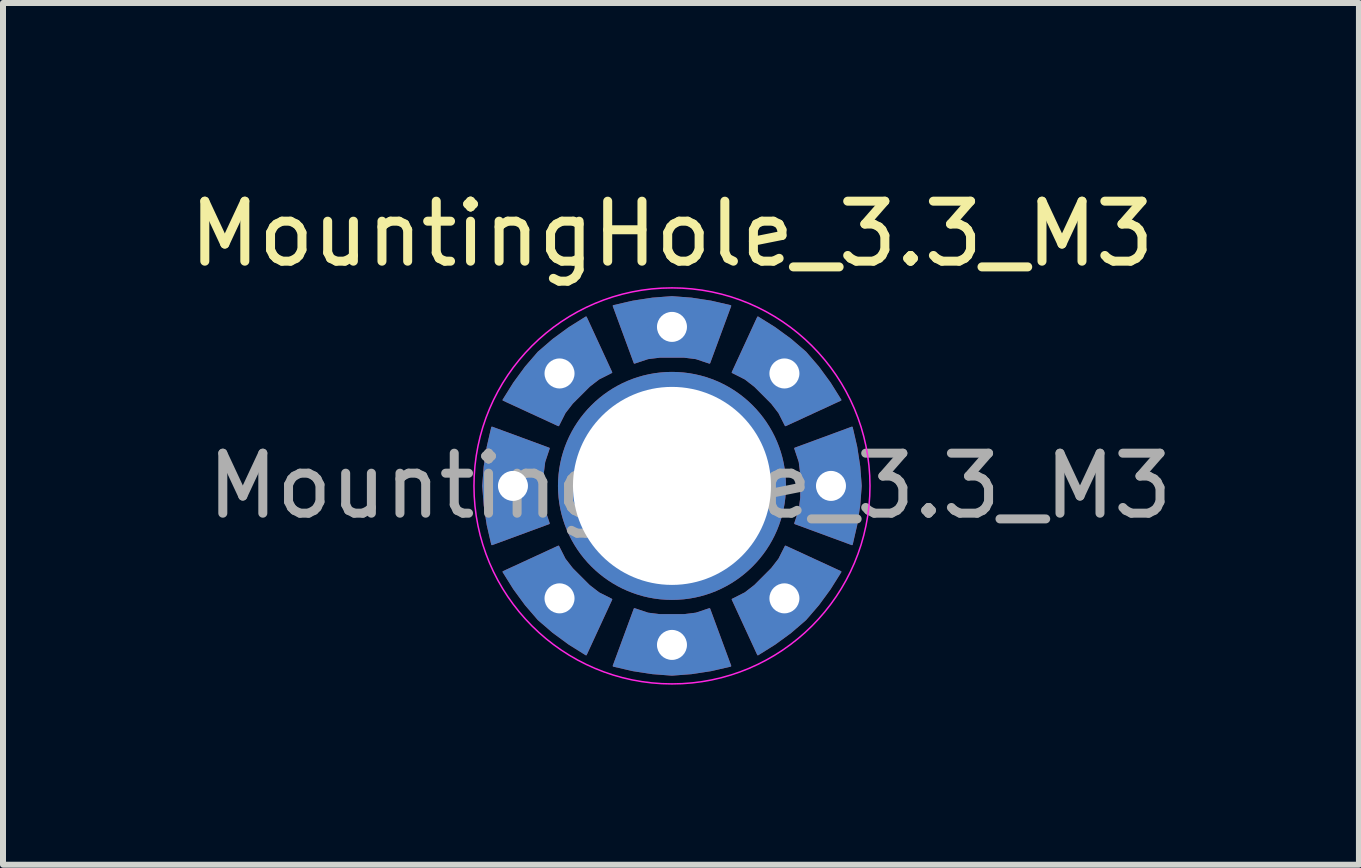
<source format=kicad_pcb>
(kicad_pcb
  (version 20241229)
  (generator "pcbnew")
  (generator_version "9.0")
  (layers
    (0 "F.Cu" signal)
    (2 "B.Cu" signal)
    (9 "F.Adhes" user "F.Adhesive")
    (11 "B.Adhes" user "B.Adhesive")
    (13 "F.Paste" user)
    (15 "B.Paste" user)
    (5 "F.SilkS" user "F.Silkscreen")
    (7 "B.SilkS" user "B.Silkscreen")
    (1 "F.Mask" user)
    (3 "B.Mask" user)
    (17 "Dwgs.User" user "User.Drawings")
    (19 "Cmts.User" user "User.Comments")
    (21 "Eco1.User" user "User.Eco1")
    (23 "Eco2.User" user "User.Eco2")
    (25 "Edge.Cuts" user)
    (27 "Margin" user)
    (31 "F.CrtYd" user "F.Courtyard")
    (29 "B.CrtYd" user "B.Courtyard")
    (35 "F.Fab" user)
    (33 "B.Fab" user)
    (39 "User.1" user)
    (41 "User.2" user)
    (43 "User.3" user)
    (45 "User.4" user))
  (footprint "MountingHole_3.3_M3"
    (layer "F.Cu")
    (at 8.149 5.048)
    (property "Reference" "MountingHole_3.3_M3" (at 0 -4.2 0) (layer "F.SilkS") (effects (font (size 1 1) (thickness 0.15))))
    (attr through_hole)
    (fp_poly (pts (xy -3 -0.975) (xy -3.075 -0.65) (xy -3.125 -0.325) (xy -3.15 0) (xy -3.125 0.325) (xy -3.075 0.65) (xy -3 0.975) (xy -2.05 0.625) (xy -2.125 0.4) (xy -2.15 0.2) (xy -2.15 -0.2) (xy -2.125 -0.4) (xy -2.05 -0.625)) (stroke (width 0.025) (type solid)) (fill yes) (layer "F.Cu"))
    (fp_poly (pts (xy -2.811 1.432) (xy -2.634 1.715) (xy -2.44 1.98) (xy -2.227 2.227) (xy -1.98 2.44) (xy -1.715 2.634) (xy -1.432 2.811) (xy -1.008 1.892) (xy -1.22 1.785) (xy -1.379 1.662) (xy -1.662 1.379) (xy -1.785 1.22) (xy -1.892 1.008)) (stroke (width 0.025) (type solid)) (fill yes) (layer "F.Cu"))
    (fp_poly (pts (xy -1.432 -2.811) (xy -1.715 -2.634) (xy -1.98 -2.44) (xy -2.227 -2.227) (xy -2.44 -1.98) (xy -2.634 -1.715) (xy -2.811 -1.432) (xy -1.892 -1.008) (xy -1.785 -1.22) (xy -1.662 -1.379) (xy -1.379 -1.662) (xy -1.22 -1.785) (xy -1.008 -1.892)) (stroke (width 0.025) (type solid)) (fill yes) (layer "F.Cu"))
    (fp_poly (pts (xy -0.975 3) (xy -0.65 3.075) (xy -0.325 3.125) (xy 0 3.15) (xy 0.325 3.125) (xy 0.65 3.075) (xy 0.975 3) (xy 0.625 2.05) (xy 0.4 2.125) (xy 0.2 2.15) (xy -0.2 2.15) (xy -0.4 2.125) (xy -0.625 2.05)) (stroke (width 0.025) (type solid)) (fill yes) (layer "F.Cu"))
    (fp_poly (pts (xy 0.975 -3) (xy 0.65 -3.075) (xy 0.325 -3.125) (xy 0 -3.15) (xy -0.325 -3.125) (xy -0.65 -3.075) (xy -0.975 -3) (xy -0.625 -2.05) (xy -0.4 -2.125) (xy -0.2 -2.15) (xy 0.2 -2.15) (xy 0.4 -2.125) (xy 0.625 -2.05)) (stroke (width 0.025) (type solid)) (fill yes) (layer "F.Cu"))
    (fp_poly (pts (xy 1.432 2.811) (xy 1.715 2.634) (xy 1.98 2.44) (xy 2.227 2.227) (xy 2.44 1.98) (xy 2.634 1.715) (xy 2.811 1.432) (xy 1.892 1.008) (xy 1.785 1.22) (xy 1.662 1.379) (xy 1.379 1.662) (xy 1.22 1.785) (xy 1.008 1.892)) (stroke (width 0.025) (type solid)) (fill yes) (layer "F.Cu"))
    (fp_poly (pts (xy 2.811 -1.432) (xy 2.634 -1.715) (xy 2.44 -1.98) (xy 2.227 -2.227) (xy 1.98 -2.44) (xy 1.715 -2.634) (xy 1.432 -2.811) (xy 1.008 -1.892) (xy 1.22 -1.785) (xy 1.379 -1.662) (xy 1.662 -1.379) (xy 1.785 -1.22) (xy 1.892 -1.008)) (stroke (width 0.025) (type solid)) (fill yes) (layer "F.Cu"))
    (fp_poly (pts (xy 3 0.975) (xy 3.075 0.65) (xy 3.125 0.325) (xy 3.15 0) (xy 3.125 -0.325) (xy 3.075 -0.65) (xy 3 -0.975) (xy 2.05 -0.625) (xy 2.125 -0.4) (xy 2.15 -0.2) (xy 2.15 0.2) (xy 2.125 0.4) (xy 2.05 0.625)) (stroke (width 0.025) (type solid)) (fill yes) (layer "F.Cu"))
    (fp_poly (pts (xy -3 -0.975) (xy -3.075 -0.65) (xy -3.125 -0.325) (xy -3.15 0) (xy -3.125 0.325) (xy -3.075 0.65) (xy -3 0.975) (xy -2.05 0.625) (xy -2.125 0.4) (xy -2.15 0.2) (xy -2.15 -0.2) (xy -2.125 -0.4) (xy -2.05 -0.625)) (stroke (width 0.025) (type solid)) (fill yes) (layer "F.Mask"))
    (fp_poly (pts (xy -2.811 1.432) (xy -2.634 1.715) (xy -2.44 1.98) (xy -2.227 2.227) (xy -1.98 2.44) (xy -1.715 2.634) (xy -1.432 2.811) (xy -1.008 1.892) (xy -1.22 1.785) (xy -1.379 1.662) (xy -1.662 1.379) (xy -1.785 1.22) (xy -1.892 1.008)) (stroke (width 0.025) (type solid)) (fill yes) (layer "F.Mask"))
    (fp_poly (pts (xy -1.432 -2.811) (xy -1.715 -2.634) (xy -1.98 -2.44) (xy -2.227 -2.227) (xy -2.44 -1.98) (xy -2.634 -1.715) (xy -2.811 -1.432) (xy -1.892 -1.008) (xy -1.785 -1.22) (xy -1.662 -1.379) (xy -1.379 -1.662) (xy -1.22 -1.785) (xy -1.008 -1.892)) (stroke (width 0.025) (type solid)) (fill yes) (layer "F.Mask"))
    (fp_poly (pts (xy -0.975 3) (xy -0.65 3.075) (xy -0.325 3.125) (xy 0 3.15) (xy 0.325 3.125) (xy 0.65 3.075) (xy 0.975 3) (xy 0.625 2.05) (xy 0.4 2.125) (xy 0.2 2.15) (xy -0.2 2.15) (xy -0.4 2.125) (xy -0.625 2.05)) (stroke (width 0.025) (type solid)) (fill yes) (layer "F.Mask"))
    (fp_poly (pts (xy 0.975 -3) (xy 0.65 -3.075) (xy 0.325 -3.125) (xy 0 -3.15) (xy -0.325 -3.125) (xy -0.65 -3.075) (xy -0.975 -3) (xy -0.625 -2.05) (xy -0.4 -2.125) (xy -0.2 -2.15) (xy 0.2 -2.15) (xy 0.4 -2.125) (xy 0.625 -2.05)) (stroke (width 0.025) (type solid)) (fill yes) (layer "F.Mask"))
    (fp_poly (pts (xy 1.432 2.811) (xy 1.715 2.634) (xy 1.98 2.44) (xy 2.227 2.227) (xy 2.44 1.98) (xy 2.634 1.715) (xy 2.811 1.432) (xy 1.892 1.008) (xy 1.785 1.22) (xy 1.662 1.379) (xy 1.379 1.662) (xy 1.22 1.785) (xy 1.008 1.892)) (stroke (width 0.025) (type solid)) (fill yes) (layer "F.Mask"))
    (fp_poly (pts (xy 2.811 -1.432) (xy 2.634 -1.715) (xy 2.44 -1.98) (xy 2.227 -2.227) (xy 1.98 -2.44) (xy 1.715 -2.634) (xy 1.432 -2.811) (xy 1.008 -1.892) (xy 1.22 -1.785) (xy 1.379 -1.662) (xy 1.662 -1.379) (xy 1.785 -1.22) (xy 1.892 -1.008)) (stroke (width 0.025) (type solid)) (fill yes) (layer "F.Mask"))
    (fp_poly (pts (xy 3 0.975) (xy 3.075 0.65) (xy 3.125 0.325) (xy 3.15 0) (xy 3.125 -0.325) (xy 3.075 -0.65) (xy 3 -0.975) (xy 2.05 -0.625) (xy 2.125 -0.4) (xy 2.15 -0.2) (xy 2.15 0.2) (xy 2.125 0.4) (xy 2.05 0.625)) (stroke (width 0.025) (type solid)) (fill yes) (layer "F.Mask"))
    (fp_poly (pts (xy -3 -0.975) (xy -3.075 -0.65) (xy -3.125 -0.325) (xy -3.15 0) (xy -3.125 0.325) (xy -3.075 0.65) (xy -3 0.975) (xy -2.05 0.625) (xy -2.125 0.4) (xy -2.15 0.2) (xy -2.15 -0.2) (xy -2.125 -0.4) (xy -2.05 -0.625)) (stroke (width 0.025) (type solid)) (fill yes) (layer "B.Cu"))
    (fp_poly (pts (xy -2.811 1.432) (xy -2.634 1.715) (xy -2.44 1.98) (xy -2.227 2.227) (xy -1.98 2.44) (xy -1.715 2.634) (xy -1.432 2.811) (xy -1.008 1.892) (xy -1.22 1.785) (xy -1.379 1.662) (xy -1.662 1.379) (xy -1.785 1.22) (xy -1.892 1.008)) (stroke (width 0.025) (type solid)) (fill yes) (layer "B.Cu"))
    (fp_poly (pts (xy -1.432 -2.811) (xy -1.715 -2.634) (xy -1.98 -2.44) (xy -2.227 -2.227) (xy -2.44 -1.98) (xy -2.634 -1.715) (xy -2.811 -1.432) (xy -1.892 -1.008) (xy -1.785 -1.22) (xy -1.662 -1.379) (xy -1.379 -1.662) (xy -1.22 -1.785) (xy -1.008 -1.892)) (stroke (width 0.025) (type solid)) (fill yes) (layer "B.Cu"))
    (fp_poly (pts (xy -0.975 3) (xy -0.65 3.075) (xy -0.325 3.125) (xy 0 3.15) (xy 0.325 3.125) (xy 0.65 3.075) (xy 0.975 3) (xy 0.625 2.05) (xy 0.4 2.125) (xy 0.2 2.15) (xy -0.2 2.15) (xy -0.4 2.125) (xy -0.625 2.05)) (stroke (width 0.025) (type solid)) (fill yes) (layer "B.Cu"))
    (fp_poly (pts (xy 0.975 -3) (xy 0.65 -3.075) (xy 0.325 -3.125) (xy 0 -3.15) (xy -0.325 -3.125) (xy -0.65 -3.075) (xy -0.975 -3) (xy -0.625 -2.05) (xy -0.4 -2.125) (xy -0.2 -2.15) (xy 0.2 -2.15) (xy 0.4 -2.125) (xy 0.625 -2.05)) (stroke (width 0.025) (type solid)) (fill yes) (layer "B.Cu"))
    (fp_poly (pts (xy 1.432 2.811) (xy 1.715 2.634) (xy 1.98 2.44) (xy 2.227 2.227) (xy 2.44 1.98) (xy 2.634 1.715) (xy 2.811 1.432) (xy 1.892 1.008) (xy 1.785 1.22) (xy 1.662 1.379) (xy 1.379 1.662) (xy 1.22 1.785) (xy 1.008 1.892)) (stroke (width 0.025) (type solid)) (fill yes) (layer "B.Cu"))
    (fp_poly (pts (xy 2.811 -1.432) (xy 2.634 -1.715) (xy 2.44 -1.98) (xy 2.227 -2.227) (xy 1.98 -2.44) (xy 1.715 -2.634) (xy 1.432 -2.811) (xy 1.008 -1.892) (xy 1.22 -1.785) (xy 1.379 -1.662) (xy 1.662 -1.379) (xy 1.785 -1.22) (xy 1.892 -1.008)) (stroke (width 0.025) (type solid)) (fill yes) (layer "B.Cu"))
    (fp_poly (pts (xy 3 0.975) (xy 3.075 0.65) (xy 3.125 0.325) (xy 3.15 0) (xy 3.125 -0.325) (xy 3.075 -0.65) (xy 3 -0.975) (xy 2.05 -0.625) (xy 2.125 -0.4) (xy 2.15 -0.2) (xy 2.15 0.2) (xy 2.125 0.4) (xy 2.05 0.625)) (stroke (width 0.025) (type solid)) (fill yes) (layer "B.Cu"))
    (fp_poly (pts (xy -3 -0.975) (xy -3.075 -0.65) (xy -3.125 -0.325) (xy -3.15 0) (xy -3.125 0.325) (xy -3.075 0.65) (xy -3 0.975) (xy -2.05 0.625) (xy -2.125 0.4) (xy -2.15 0.2) (xy -2.15 -0.2) (xy -2.125 -0.4) (xy -2.05 -0.625)) (stroke (width 0.025) (type solid)) (fill yes) (layer "B.Mask"))
    (fp_poly (pts (xy -2.811 1.432) (xy -2.634 1.715) (xy -2.44 1.98) (xy -2.227 2.227) (xy -1.98 2.44) (xy -1.715 2.634) (xy -1.432 2.811) (xy -1.008 1.892) (xy -1.22 1.785) (xy -1.379 1.662) (xy -1.662 1.379) (xy -1.785 1.22) (xy -1.892 1.008)) (stroke (width 0.025) (type solid)) (fill yes) (layer "B.Mask"))
    (fp_poly (pts (xy -1.432 -2.811) (xy -1.715 -2.634) (xy -1.98 -2.44) (xy -2.227 -2.227) (xy -2.44 -1.98) (xy -2.634 -1.715) (xy -2.811 -1.432) (xy -1.892 -1.008) (xy -1.785 -1.22) (xy -1.662 -1.379) (xy -1.379 -1.662) (xy -1.22 -1.785) (xy -1.008 -1.892)) (stroke (width 0.025) (type solid)) (fill yes) (layer "B.Mask"))
    (fp_poly (pts (xy -0.975 3) (xy -0.65 3.075) (xy -0.325 3.125) (xy 0 3.15) (xy 0.325 3.125) (xy 0.65 3.075) (xy 0.975 3) (xy 0.625 2.05) (xy 0.4 2.125) (xy 0.2 2.15) (xy -0.2 2.15) (xy -0.4 2.125) (xy -0.625 2.05)) (stroke (width 0.025) (type solid)) (fill yes) (layer "B.Mask"))
    (fp_poly (pts (xy 0.975 -3) (xy 0.65 -3.075) (xy 0.325 -3.125) (xy 0 -3.15) (xy -0.325 -3.125) (xy -0.65 -3.075) (xy -0.975 -3) (xy -0.625 -2.05) (xy -0.4 -2.125) (xy -0.2 -2.15) (xy 0.2 -2.15) (xy 0.4 -2.125) (xy 0.625 -2.05)) (stroke (width 0.025) (type solid)) (fill yes) (layer "B.Mask"))
    (fp_poly (pts (xy 1.432 2.811) (xy 1.715 2.634) (xy 1.98 2.44) (xy 2.227 2.227) (xy 2.44 1.98) (xy 2.634 1.715) (xy 2.811 1.432) (xy 1.892 1.008) (xy 1.785 1.22) (xy 1.662 1.379) (xy 1.379 1.662) (xy 1.22 1.785) (xy 1.008 1.892)) (stroke (width 0.025) (type solid)) (fill yes) (layer "B.Mask"))
    (fp_poly (pts (xy 2.811 -1.432) (xy 2.634 -1.715) (xy 2.44 -1.98) (xy 2.227 -2.227) (xy 1.98 -2.44) (xy 1.715 -2.634) (xy 1.432 -2.811) (xy 1.008 -1.892) (xy 1.22 -1.785) (xy 1.379 -1.662) (xy 1.662 -1.379) (xy 1.785 -1.22) (xy 1.892 -1.008)) (stroke (width 0.025) (type solid)) (fill yes) (layer "B.Mask"))
    (fp_poly (pts (xy 3 0.975) (xy 3.075 0.65) (xy 3.125 0.325) (xy 3.15 0) (xy 3.125 -0.325) (xy 3.075 -0.65) (xy 3 -0.975) (xy 2.05 -0.625) (xy 2.125 -0.4) (xy 2.15 -0.2) (xy 2.15 0.2) (xy 2.125 0.4) (xy 2.05 0.625)) (stroke (width 0.025) (type solid)) (fill yes) (layer "B.Mask"))
    (fp_circle (center 0 0) (end 3.3 0) (stroke (width 0.025) (type solid)) (fill no) (layer "F.CrtYd"))
    (fp_text user "${REFERENCE}" (at 0.3 0 0) (layer "F.Fab") (effects (font (size 1 1) (thickness 0.15))))
    (pad "1" thru_hole circle (at -2.65 0) (size 0.8 0.8) (drill 0.5) (layers "*.Cu" "*.Mask"))
    (pad "1" thru_hole circle (at -1.874 -1.874) (size 0.8 0.8) (drill 0.5) (layers "*.Cu" "*.Mask"))
    (pad "1" thru_hole circle (at -1.874 1.874) (size 0.8 0.8) (drill 0.5) (layers "*.Cu" "*.Mask"))
    (pad "1" thru_hole circle (at 0 -2.65) (size 0.8 0.8) (drill 0.5) (layers "*.Cu" "*.Mask"))
    (pad "1" thru_hole circle (at 0 0) (size 3.8 3.8) (drill 3.3) (layers "*.Cu" "*.Mask"))
    (pad "1" thru_hole circle (at 0 2.65) (size 0.8 0.8) (drill 0.5) (layers "*.Cu" "*.Mask"))
    (pad "1" thru_hole circle (at 1.874 -1.874) (size 0.8 0.8) (drill 0.5) (layers "*.Cu" "*.Mask"))
    (pad "1" thru_hole circle (at 1.874 1.874) (size 0.8 0.8) (drill 0.5) (layers "*.Cu" "*.Mask"))
    (pad "1" thru_hole circle (at 2.65 0) (size 0.8 0.8) (drill 0.5) (layers "*.Cu" "*.Mask")))
  (gr_rect
    (start -3 -3)
    (end 19.598 11.361)
    (stroke (width 0.1) (type default))
    (fill no)
    (layer "Edge.Cuts")))
</source>
